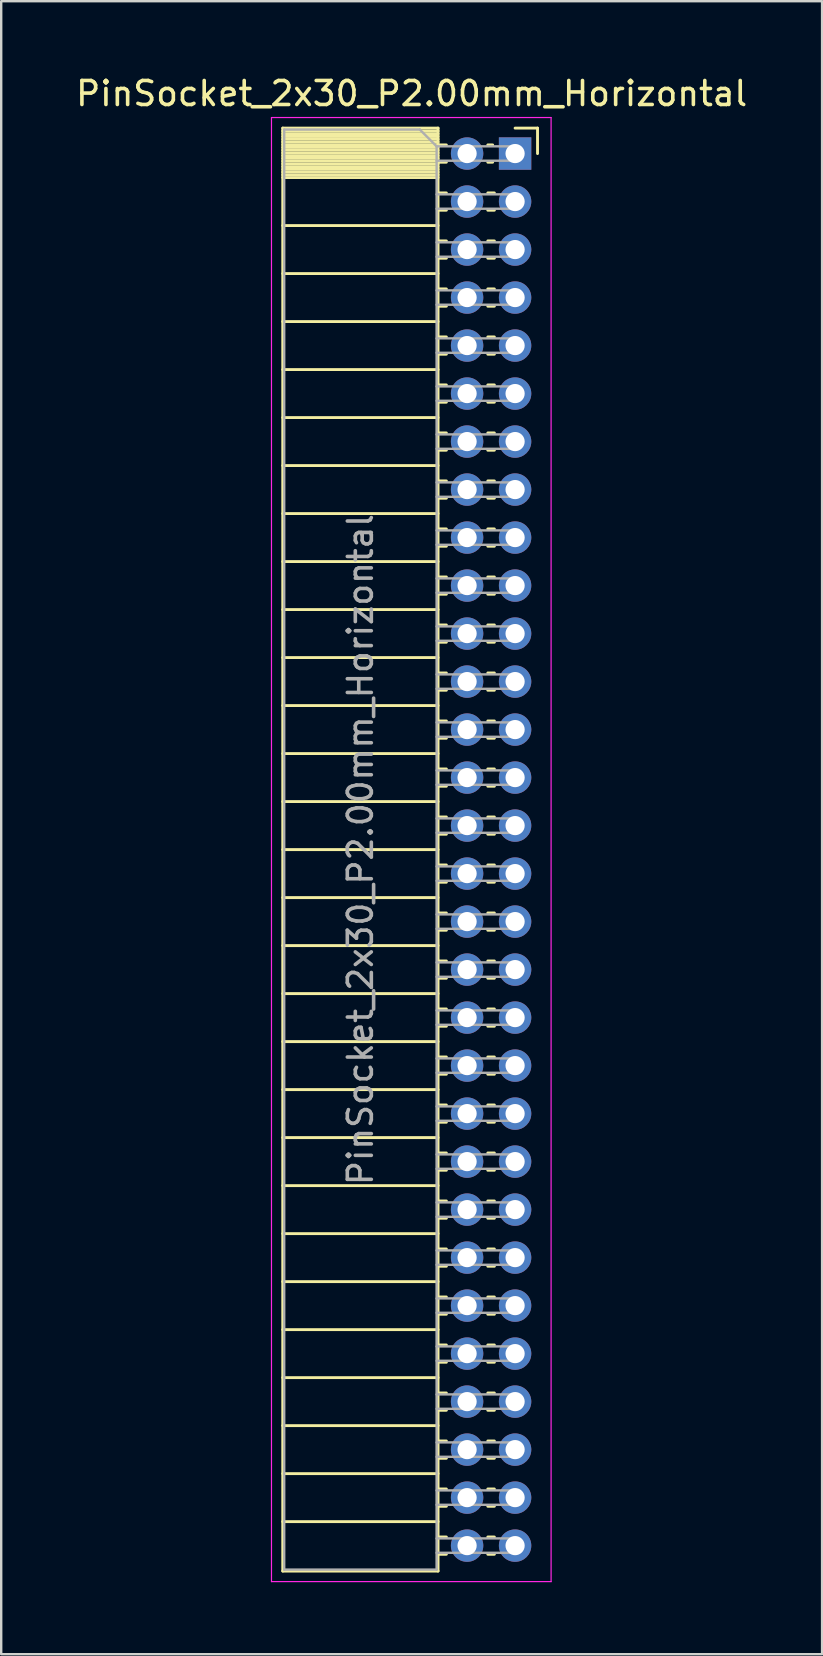
<source format=kicad_pcb>
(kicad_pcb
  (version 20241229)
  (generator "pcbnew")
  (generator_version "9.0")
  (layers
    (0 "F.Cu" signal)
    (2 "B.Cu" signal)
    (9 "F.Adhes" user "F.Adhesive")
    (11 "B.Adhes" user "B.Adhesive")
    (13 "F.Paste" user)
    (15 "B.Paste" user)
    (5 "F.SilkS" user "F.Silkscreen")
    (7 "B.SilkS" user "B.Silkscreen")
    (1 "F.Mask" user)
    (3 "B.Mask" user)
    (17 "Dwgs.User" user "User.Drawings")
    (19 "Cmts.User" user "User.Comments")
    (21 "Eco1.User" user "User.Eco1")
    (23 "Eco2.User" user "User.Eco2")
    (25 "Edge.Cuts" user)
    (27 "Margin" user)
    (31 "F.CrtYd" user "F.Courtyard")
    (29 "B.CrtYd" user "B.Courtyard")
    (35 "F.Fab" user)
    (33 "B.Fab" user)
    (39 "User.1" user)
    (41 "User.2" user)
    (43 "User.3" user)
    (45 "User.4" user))
  (footprint "PinSocket_2x30_P2.00mm_Horizontal"
    (layer "F.Cu")
    (at 18.411 3.348)
    (property "Reference" "PinSocket_2x30_P2.00mm_Horizontal" (at -4.31 -2.5 0) (layer "F.SilkS") (effects (font (size 1 1) (thickness 0.15))))
    (attr through_hole)
    (fp_line (start -9.68 -1.06) (end -9.68 59.06) (stroke (width 0.12) (type solid)) (layer "F.SilkS"))
    (fp_line (start -9.68 -1.06) (end -3.21 -1.06) (stroke (width 0.12) (type solid)) (layer "F.SilkS"))
    (fp_line (start -9.68 -0.94) (end -3.21 -0.94) (stroke (width 0.12) (type solid)) (layer "F.SilkS"))
    (fp_line (start -9.68 -0.826) (end -3.21 -0.826) (stroke (width 0.12) (type solid)) (layer "F.SilkS"))
    (fp_line (start -9.68 -0.712) (end -3.21 -0.712) (stroke (width 0.12) (type solid)) (layer "F.SilkS"))
    (fp_line (start -9.68 -0.598) (end -3.21 -0.598) (stroke (width 0.12) (type solid)) (layer "F.SilkS"))
    (fp_line (start -9.68 -0.484) (end -3.21 -0.484) (stroke (width 0.12) (type solid)) (layer "F.SilkS"))
    (fp_line (start -9.68 -0.369) (end -3.21 -0.369) (stroke (width 0.12) (type solid)) (layer "F.SilkS"))
    (fp_line (start -9.68 -0.255) (end -3.21 -0.255) (stroke (width 0.12) (type solid)) (layer "F.SilkS"))
    (fp_line (start -9.68 -0.141) (end -3.21 -0.141) (stroke (width 0.12) (type solid)) (layer "F.SilkS"))
    (fp_line (start -9.68 -0.027) (end -3.21 -0.027) (stroke (width 0.12) (type solid)) (layer "F.SilkS"))
    (fp_line (start -9.68 0.087) (end -3.21 0.087) (stroke (width 0.12) (type solid)) (layer "F.SilkS"))
    (fp_line (start -9.68 0.201) (end -3.21 0.201) (stroke (width 0.12) (type solid)) (layer "F.SilkS"))
    (fp_line (start -9.68 0.315) (end -3.21 0.315) (stroke (width 0.12) (type solid)) (layer "F.SilkS"))
    (fp_line (start -9.68 0.429) (end -3.21 0.429) (stroke (width 0.12) (type solid)) (layer "F.SilkS"))
    (fp_line (start -9.68 0.544) (end -3.21 0.544) (stroke (width 0.12) (type solid)) (layer "F.SilkS"))
    (fp_line (start -9.68 0.658) (end -3.21 0.658) (stroke (width 0.12) (type solid)) (layer "F.SilkS"))
    (fp_line (start -9.68 0.772) (end -3.21 0.772) (stroke (width 0.12) (type solid)) (layer "F.SilkS"))
    (fp_line (start -9.68 0.886) (end -3.21 0.886) (stroke (width 0.12) (type solid)) (layer "F.SilkS"))
    (fp_line (start -9.68 1) (end -3.21 1) (stroke (width 0.12) (type solid)) (layer "F.SilkS"))
    (fp_line (start -9.68 3) (end -3.21 3) (stroke (width 0.12) (type solid)) (layer "F.SilkS"))
    (fp_line (start -9.68 5) (end -3.21 5) (stroke (width 0.12) (type solid)) (layer "F.SilkS"))
    (fp_line (start -9.68 7) (end -3.21 7) (stroke (width 0.12) (type solid)) (layer "F.SilkS"))
    (fp_line (start -9.68 9) (end -3.21 9) (stroke (width 0.12) (type solid)) (layer "F.SilkS"))
    (fp_line (start -9.68 11) (end -3.21 11) (stroke (width 0.12) (type solid)) (layer "F.SilkS"))
    (fp_line (start -9.68 13) (end -3.21 13) (stroke (width 0.12) (type solid)) (layer "F.SilkS"))
    (fp_line (start -9.68 15) (end -3.21 15) (stroke (width 0.12) (type solid)) (layer "F.SilkS"))
    (fp_line (start -9.68 17) (end -3.21 17) (stroke (width 0.12) (type solid)) (layer "F.SilkS"))
    (fp_line (start -9.68 19) (end -3.21 19) (stroke (width 0.12) (type solid)) (layer "F.SilkS"))
    (fp_line (start -9.68 21) (end -3.21 21) (stroke (width 0.12) (type solid)) (layer "F.SilkS"))
    (fp_line (start -9.68 23) (end -3.21 23) (stroke (width 0.12) (type solid)) (layer "F.SilkS"))
    (fp_line (start -9.68 25) (end -3.21 25) (stroke (width 0.12) (type solid)) (layer "F.SilkS"))
    (fp_line (start -9.68 27) (end -3.21 27) (stroke (width 0.12) (type solid)) (layer "F.SilkS"))
    (fp_line (start -9.68 29) (end -3.21 29) (stroke (width 0.12) (type solid)) (layer "F.SilkS"))
    (fp_line (start -9.68 31) (end -3.21 31) (stroke (width 0.12) (type solid)) (layer "F.SilkS"))
    (fp_line (start -9.68 33) (end -3.21 33) (stroke (width 0.12) (type solid)) (layer "F.SilkS"))
    (fp_line (start -9.68 35) (end -3.21 35) (stroke (width 0.12) (type solid)) (layer "F.SilkS"))
    (fp_line (start -9.68 37) (end -3.21 37) (stroke (width 0.12) (type solid)) (layer "F.SilkS"))
    (fp_line (start -9.68 39) (end -3.21 39) (stroke (width 0.12) (type solid)) (layer "F.SilkS"))
    (fp_line (start -9.68 41) (end -3.21 41) (stroke (width 0.12) (type solid)) (layer "F.SilkS"))
    (fp_line (start -9.68 43) (end -3.21 43) (stroke (width 0.12) (type solid)) (layer "F.SilkS"))
    (fp_line (start -9.68 45) (end -3.21 45) (stroke (width 0.12) (type solid)) (layer "F.SilkS"))
    (fp_line (start -9.68 47) (end -3.21 47) (stroke (width 0.12) (type solid)) (layer "F.SilkS"))
    (fp_line (start -9.68 49) (end -3.21 49) (stroke (width 0.12) (type solid)) (layer "F.SilkS"))
    (fp_line (start -9.68 51) (end -3.21 51) (stroke (width 0.12) (type solid)) (layer "F.SilkS"))
    (fp_line (start -9.68 53) (end -3.21 53) (stroke (width 0.12) (type solid)) (layer "F.SilkS"))
    (fp_line (start -9.68 55) (end -3.21 55) (stroke (width 0.12) (type solid)) (layer "F.SilkS"))
    (fp_line (start -9.68 57) (end -3.21 57) (stroke (width 0.12) (type solid)) (layer "F.SilkS"))
    (fp_line (start -9.68 59.06) (end -3.21 59.06) (stroke (width 0.12) (type solid)) (layer "F.SilkS"))
    (fp_line (start -3.21 -1.06) (end -3.21 59.06) (stroke (width 0.12) (type solid)) (layer "F.SilkS"))
    (fp_line (start -3.21 -0.36) (end -2.863 -0.36) (stroke (width 0.12) (type solid)) (layer "F.SilkS"))
    (fp_line (start -3.21 0.36) (end -2.863 0.36) (stroke (width 0.12) (type solid)) (layer "F.SilkS"))
    (fp_line (start -3.21 1.64) (end -2.863 1.64) (stroke (width 0.12) (type solid)) (layer "F.SilkS"))
    (fp_line (start -3.21 2.36) (end -2.863 2.36) (stroke (width 0.12) (type solid)) (layer "F.SilkS"))
    (fp_line (start -3.21 3.64) (end -2.863 3.64) (stroke (width 0.12) (type solid)) (layer "F.SilkS"))
    (fp_line (start -3.21 4.36) (end -2.863 4.36) (stroke (width 0.12) (type solid)) (layer "F.SilkS"))
    (fp_line (start -3.21 5.64) (end -2.863 5.64) (stroke (width 0.12) (type solid)) (layer "F.SilkS"))
    (fp_line (start -3.21 6.36) (end -2.863 6.36) (stroke (width 0.12) (type solid)) (layer "F.SilkS"))
    (fp_line (start -3.21 7.64) (end -2.863 7.64) (stroke (width 0.12) (type solid)) (layer "F.SilkS"))
    (fp_line (start -3.21 8.36) (end -2.863 8.36) (stroke (width 0.12) (type solid)) (layer "F.SilkS"))
    (fp_line (start -3.21 9.64) (end -2.863 9.64) (stroke (width 0.12) (type solid)) (layer "F.SilkS"))
    (fp_line (start -3.21 10.36) (end -2.863 10.36) (stroke (width 0.12) (type solid)) (layer "F.SilkS"))
    (fp_line (start -3.21 11.64) (end -2.863 11.64) (stroke (width 0.12) (type solid)) (layer "F.SilkS"))
    (fp_line (start -3.21 12.36) (end -2.863 12.36) (stroke (width 0.12) (type solid)) (layer "F.SilkS"))
    (fp_line (start -3.21 13.64) (end -2.863 13.64) (stroke (width 0.12) (type solid)) (layer "F.SilkS"))
    (fp_line (start -3.21 14.36) (end -2.863 14.36) (stroke (width 0.12) (type solid)) (layer "F.SilkS"))
    (fp_line (start -3.21 15.64) (end -2.863 15.64) (stroke (width 0.12) (type solid)) (layer "F.SilkS"))
    (fp_line (start -3.21 16.36) (end -2.863 16.36) (stroke (width 0.12) (type solid)) (layer "F.SilkS"))
    (fp_line (start -3.21 17.64) (end -2.863 17.64) (stroke (width 0.12) (type solid)) (layer "F.SilkS"))
    (fp_line (start -3.21 18.36) (end -2.863 18.36) (stroke (width 0.12) (type solid)) (layer "F.SilkS"))
    (fp_line (start -3.21 19.64) (end -2.863 19.64) (stroke (width 0.12) (type solid)) (layer "F.SilkS"))
    (fp_line (start -3.21 20.36) (end -2.863 20.36) (stroke (width 0.12) (type solid)) (layer "F.SilkS"))
    (fp_line (start -3.21 21.64) (end -2.863 21.64) (stroke (width 0.12) (type solid)) (layer "F.SilkS"))
    (fp_line (start -3.21 22.36) (end -2.863 22.36) (stroke (width 0.12) (type solid)) (layer "F.SilkS"))
    (fp_line (start -3.21 23.64) (end -2.863 23.64) (stroke (width 0.12) (type solid)) (layer "F.SilkS"))
    (fp_line (start -3.21 24.36) (end -2.863 24.36) (stroke (width 0.12) (type solid)) (layer "F.SilkS"))
    (fp_line (start -3.21 25.64) (end -2.863 25.64) (stroke (width 0.12) (type solid)) (layer "F.SilkS"))
    (fp_line (start -3.21 26.36) (end -2.863 26.36) (stroke (width 0.12) (type solid)) (layer "F.SilkS"))
    (fp_line (start -3.21 27.64) (end -2.863 27.64) (stroke (width 0.12) (type solid)) (layer "F.SilkS"))
    (fp_line (start -3.21 28.36) (end -2.863 28.36) (stroke (width 0.12) (type solid)) (layer "F.SilkS"))
    (fp_line (start -3.21 29.64) (end -2.863 29.64) (stroke (width 0.12) (type solid)) (layer "F.SilkS"))
    (fp_line (start -3.21 30.36) (end -2.863 30.36) (stroke (width 0.12) (type solid)) (layer "F.SilkS"))
    (fp_line (start -3.21 31.64) (end -2.863 31.64) (stroke (width 0.12) (type solid)) (layer "F.SilkS"))
    (fp_line (start -3.21 32.36) (end -2.863 32.36) (stroke (width 0.12) (type solid)) (layer "F.SilkS"))
    (fp_line (start -3.21 33.64) (end -2.863 33.64) (stroke (width 0.12) (type solid)) (layer "F.SilkS"))
    (fp_line (start -3.21 34.36) (end -2.863 34.36) (stroke (width 0.12) (type solid)) (layer "F.SilkS"))
    (fp_line (start -3.21 35.64) (end -2.863 35.64) (stroke (width 0.12) (type solid)) (layer "F.SilkS"))
    (fp_line (start -3.21 36.36) (end -2.863 36.36) (stroke (width 0.12) (type solid)) (layer "F.SilkS"))
    (fp_line (start -3.21 37.64) (end -2.863 37.64) (stroke (width 0.12) (type solid)) (layer "F.SilkS"))
    (fp_line (start -3.21 38.36) (end -2.863 38.36) (stroke (width 0.12) (type solid)) (layer "F.SilkS"))
    (fp_line (start -3.21 39.64) (end -2.863 39.64) (stroke (width 0.12) (type solid)) (layer "F.SilkS"))
    (fp_line (start -3.21 40.36) (end -2.863 40.36) (stroke (width 0.12) (type solid)) (layer "F.SilkS"))
    (fp_line (start -3.21 41.64) (end -2.863 41.64) (stroke (width 0.12) (type solid)) (layer "F.SilkS"))
    (fp_line (start -3.21 42.36) (end -2.863 42.36) (stroke (width 0.12) (type solid)) (layer "F.SilkS"))
    (fp_line (start -3.21 43.64) (end -2.863 43.64) (stroke (width 0.12) (type solid)) (layer "F.SilkS"))
    (fp_line (start -3.21 44.36) (end -2.863 44.36) (stroke (width 0.12) (type solid)) (layer "F.SilkS"))
    (fp_line (start -3.21 45.64) (end -2.863 45.64) (stroke (width 0.12) (type solid)) (layer "F.SilkS"))
    (fp_line (start -3.21 46.36) (end -2.863 46.36) (stroke (width 0.12) (type solid)) (layer "F.SilkS"))
    (fp_line (start -3.21 47.64) (end -2.863 47.64) (stroke (width 0.12) (type solid)) (layer "F.SilkS"))
    (fp_line (start -3.21 48.36) (end -2.863 48.36) (stroke (width 0.12) (type solid)) (layer "F.SilkS"))
    (fp_line (start -3.21 49.64) (end -2.863 49.64) (stroke (width 0.12) (type solid)) (layer "F.SilkS"))
    (fp_line (start -3.21 50.36) (end -2.863 50.36) (stroke (width 0.12) (type solid)) (layer "F.SilkS"))
    (fp_line (start -3.21 51.64) (end -2.863 51.64) (stroke (width 0.12) (type solid)) (layer "F.SilkS"))
    (fp_line (start -3.21 52.36) (end -2.863 52.36) (stroke (width 0.12) (type solid)) (layer "F.SilkS"))
    (fp_line (start -3.21 53.64) (end -2.863 53.64) (stroke (width 0.12) (type solid)) (layer "F.SilkS"))
    (fp_line (start -3.21 54.36) (end -2.863 54.36) (stroke (width 0.12) (type solid)) (layer "F.SilkS"))
    (fp_line (start -3.21 55.64) (end -2.863 55.64) (stroke (width 0.12) (type solid)) (layer "F.SilkS"))
    (fp_line (start -3.21 56.36) (end -2.863 56.36) (stroke (width 0.12) (type solid)) (layer "F.SilkS"))
    (fp_line (start -3.21 57.64) (end -2.863 57.64) (stroke (width 0.12) (type solid)) (layer "F.SilkS"))
    (fp_line (start -3.21 58.36) (end -2.863 58.36) (stroke (width 0.12) (type solid)) (layer "F.SilkS"))
    (fp_line (start -1.137 -0.36) (end -0.935 -0.36) (stroke (width 0.12) (type solid)) (layer "F.SilkS"))
    (fp_line (start -1.137 0.36) (end -0.935 0.36) (stroke (width 0.12) (type solid)) (layer "F.SilkS"))
    (fp_line (start -1.137 1.64) (end -0.863 1.64) (stroke (width 0.12) (type solid)) (layer "F.SilkS"))
    (fp_line (start -1.137 2.36) (end -0.863 2.36) (stroke (width 0.12) (type solid)) (layer "F.SilkS"))
    (fp_line (start -1.137 3.64) (end -0.863 3.64) (stroke (width 0.12) (type solid)) (layer "F.SilkS"))
    (fp_line (start -1.137 4.36) (end -0.863 4.36) (stroke (width 0.12) (type solid)) (layer "F.SilkS"))
    (fp_line (start -1.137 5.64) (end -0.863 5.64) (stroke (width 0.12) (type solid)) (layer "F.SilkS"))
    (fp_line (start -1.137 6.36) (end -0.863 6.36) (stroke (width 0.12) (type solid)) (layer "F.SilkS"))
    (fp_line (start -1.137 7.64) (end -0.863 7.64) (stroke (width 0.12) (type solid)) (layer "F.SilkS"))
    (fp_line (start -1.137 8.36) (end -0.863 8.36) (stroke (width 0.12) (type solid)) (layer "F.SilkS"))
    (fp_line (start -1.137 9.64) (end -0.863 9.64) (stroke (width 0.12) (type solid)) (layer "F.SilkS"))
    (fp_line (start -1.137 10.36) (end -0.863 10.36) (stroke (width 0.12) (type solid)) (layer "F.SilkS"))
    (fp_line (start -1.137 11.64) (end -0.863 11.64) (stroke (width 0.12) (type solid)) (layer "F.SilkS"))
    (fp_line (start -1.137 12.36) (end -0.863 12.36) (stroke (width 0.12) (type solid)) (layer "F.SilkS"))
    (fp_line (start -1.137 13.64) (end -0.863 13.64) (stroke (width 0.12) (type solid)) (layer "F.SilkS"))
    (fp_line (start -1.137 14.36) (end -0.863 14.36) (stroke (width 0.12) (type solid)) (layer "F.SilkS"))
    (fp_line (start -1.137 15.64) (end -0.863 15.64) (stroke (width 0.12) (type solid)) (layer "F.SilkS"))
    (fp_line (start -1.137 16.36) (end -0.863 16.36) (stroke (width 0.12) (type solid)) (layer "F.SilkS"))
    (fp_line (start -1.137 17.64) (end -0.863 17.64) (stroke (width 0.12) (type solid)) (layer "F.SilkS"))
    (fp_line (start -1.137 18.36) (end -0.863 18.36) (stroke (width 0.12) (type solid)) (layer "F.SilkS"))
    (fp_line (start -1.137 19.64) (end -0.863 19.64) (stroke (width 0.12) (type solid)) (layer "F.SilkS"))
    (fp_line (start -1.137 20.36) (end -0.863 20.36) (stroke (width 0.12) (type solid)) (layer "F.SilkS"))
    (fp_line (start -1.137 21.64) (end -0.863 21.64) (stroke (width 0.12) (type solid)) (layer "F.SilkS"))
    (fp_line (start -1.137 22.36) (end -0.863 22.36) (stroke (width 0.12) (type solid)) (layer "F.SilkS"))
    (fp_line (start -1.137 23.64) (end -0.863 23.64) (stroke (width 0.12) (type solid)) (layer "F.SilkS"))
    (fp_line (start -1.137 24.36) (end -0.863 24.36) (stroke (width 0.12) (type solid)) (layer "F.SilkS"))
    (fp_line (start -1.137 25.64) (end -0.863 25.64) (stroke (width 0.12) (type solid)) (layer "F.SilkS"))
    (fp_line (start -1.137 26.36) (end -0.863 26.36) (stroke (width 0.12) (type solid)) (layer "F.SilkS"))
    (fp_line (start -1.137 27.64) (end -0.863 27.64) (stroke (width 0.12) (type solid)) (layer "F.SilkS"))
    (fp_line (start -1.137 28.36) (end -0.863 28.36) (stroke (width 0.12) (type solid)) (layer "F.SilkS"))
    (fp_line (start -1.137 29.64) (end -0.863 29.64) (stroke (width 0.12) (type solid)) (layer "F.SilkS"))
    (fp_line (start -1.137 30.36) (end -0.863 30.36) (stroke (width 0.12) (type solid)) (layer "F.SilkS"))
    (fp_line (start -1.137 31.64) (end -0.863 31.64) (stroke (width 0.12) (type solid)) (layer "F.SilkS"))
    (fp_line (start -1.137 32.36) (end -0.863 32.36) (stroke (width 0.12) (type solid)) (layer "F.SilkS"))
    (fp_line (start -1.137 33.64) (end -0.863 33.64) (stroke (width 0.12) (type solid)) (layer "F.SilkS"))
    (fp_line (start -1.137 34.36) (end -0.863 34.36) (stroke (width 0.12) (type solid)) (layer "F.SilkS"))
    (fp_line (start -1.137 35.64) (end -0.863 35.64) (stroke (width 0.12) (type solid)) (layer "F.SilkS"))
    (fp_line (start -1.137 36.36) (end -0.863 36.36) (stroke (width 0.12) (type solid)) (layer "F.SilkS"))
    (fp_line (start -1.137 37.64) (end -0.863 37.64) (stroke (width 0.12) (type solid)) (layer "F.SilkS"))
    (fp_line (start -1.137 38.36) (end -0.863 38.36) (stroke (width 0.12) (type solid)) (layer "F.SilkS"))
    (fp_line (start -1.137 39.64) (end -0.863 39.64) (stroke (width 0.12) (type solid)) (layer "F.SilkS"))
    (fp_line (start -1.137 40.36) (end -0.863 40.36) (stroke (width 0.12) (type solid)) (layer "F.SilkS"))
    (fp_line (start -1.137 41.64) (end -0.863 41.64) (stroke (width 0.12) (type solid)) (layer "F.SilkS"))
    (fp_line (start -1.137 42.36) (end -0.863 42.36) (stroke (width 0.12) (type solid)) (layer "F.SilkS"))
    (fp_line (start -1.137 43.64) (end -0.863 43.64) (stroke (width 0.12) (type solid)) (layer "F.SilkS"))
    (fp_line (start -1.137 44.36) (end -0.863 44.36) (stroke (width 0.12) (type solid)) (layer "F.SilkS"))
    (fp_line (start -1.137 45.64) (end -0.863 45.64) (stroke (width 0.12) (type solid)) (layer "F.SilkS"))
    (fp_line (start -1.137 46.36) (end -0.863 46.36) (stroke (width 0.12) (type solid)) (layer "F.SilkS"))
    (fp_line (start -1.137 47.64) (end -0.863 47.64) (stroke (width 0.12) (type solid)) (layer "F.SilkS"))
    (fp_line (start -1.137 48.36) (end -0.863 48.36) (stroke (width 0.12) (type solid)) (layer "F.SilkS"))
    (fp_line (start -1.137 49.64) (end -0.863 49.64) (stroke (width 0.12) (type solid)) (layer "F.SilkS"))
    (fp_line (start -1.137 50.36) (end -0.863 50.36) (stroke (width 0.12) (type solid)) (layer "F.SilkS"))
    (fp_line (start -1.137 51.64) (end -0.863 51.64) (stroke (width 0.12) (type solid)) (layer "F.SilkS"))
    (fp_line (start -1.137 52.36) (end -0.863 52.36) (stroke (width 0.12) (type solid)) (layer "F.SilkS"))
    (fp_line (start -1.137 53.64) (end -0.863 53.64) (stroke (width 0.12) (type solid)) (layer "F.SilkS"))
    (fp_line (start -1.137 54.36) (end -0.863 54.36) (stroke (width 0.12) (type solid)) (layer "F.SilkS"))
    (fp_line (start -1.137 55.64) (end -0.863 55.64) (stroke (width 0.12) (type solid)) (layer "F.SilkS"))
    (fp_line (start -1.137 56.36) (end -0.863 56.36) (stroke (width 0.12) (type solid)) (layer "F.SilkS"))
    (fp_line (start -1.137 57.64) (end -0.863 57.64) (stroke (width 0.12) (type solid)) (layer "F.SilkS"))
    (fp_line (start -1.137 58.36) (end -0.863 58.36) (stroke (width 0.12) (type solid)) (layer "F.SilkS"))
    (fp_line (start 0 -1.06) (end 0.935 -1.06) (stroke (width 0.12) (type solid)) (layer "F.SilkS"))
    (fp_line (start 0.935 -1.06) (end 0.935 0) (stroke (width 0.12) (type solid)) (layer "F.SilkS"))
    (fp_line (start -10.15 -1.5) (end -10.15 59.5) (stroke (width 0.05) (type solid)) (layer "F.CrtYd"))
    (fp_line (start -10.15 59.5) (end 1.5 59.5) (stroke (width 0.05) (type solid)) (layer "F.CrtYd"))
    (fp_line (start 1.5 -1.5) (end -10.15 -1.5) (stroke (width 0.05) (type solid)) (layer "F.CrtYd"))
    (fp_line (start 1.5 59.5) (end 1.5 -1.5) (stroke (width 0.05) (type solid)) (layer "F.CrtYd"))
    (fp_line (start -9.62 -1) (end -3.97 -1) (stroke (width 0.1) (type solid)) (layer "F.Fab"))
    (fp_line (start -9.62 59) (end -9.62 -1) (stroke (width 0.1) (type solid)) (layer "F.Fab"))
    (fp_line (start -3.97 -1) (end -3.27 -0.3) (stroke (width 0.1) (type solid)) (layer "F.Fab"))
    (fp_line (start -3.27 -0.3) (end -3.27 59) (stroke (width 0.1) (type solid)) (layer "F.Fab"))
    (fp_line (start -3.27 0.3) (end 0 0.3) (stroke (width 0.1) (type solid)) (layer "F.Fab"))
    (fp_line (start -3.27 2.3) (end 0 2.3) (stroke (width 0.1) (type solid)) (layer "F.Fab"))
    (fp_line (start -3.27 4.3) (end 0 4.3) (stroke (width 0.1) (type solid)) (layer "F.Fab"))
    (fp_line (start -3.27 6.3) (end 0 6.3) (stroke (width 0.1) (type solid)) (layer "F.Fab"))
    (fp_line (start -3.27 8.3) (end 0 8.3) (stroke (width 0.1) (type solid)) (layer "F.Fab"))
    (fp_line (start -3.27 10.3) (end 0 10.3) (stroke (width 0.1) (type solid)) (layer "F.Fab"))
    (fp_line (start -3.27 12.3) (end 0 12.3) (stroke (width 0.1) (type solid)) (layer "F.Fab"))
    (fp_line (start -3.27 14.3) (end 0 14.3) (stroke (width 0.1) (type solid)) (layer "F.Fab"))
    (fp_line (start -3.27 16.3) (end 0 16.3) (stroke (width 0.1) (type solid)) (layer "F.Fab"))
    (fp_line (start -3.27 18.3) (end 0 18.3) (stroke (width 0.1) (type solid)) (layer "F.Fab"))
    (fp_line (start -3.27 20.3) (end 0 20.3) (stroke (width 0.1) (type solid)) (layer "F.Fab"))
    (fp_line (start -3.27 22.3) (end 0 22.3) (stroke (width 0.1) (type solid)) (layer "F.Fab"))
    (fp_line (start -3.27 24.3) (end 0 24.3) (stroke (width 0.1) (type solid)) (layer "F.Fab"))
    (fp_line (start -3.27 26.3) (end 0 26.3) (stroke (width 0.1) (type solid)) (layer "F.Fab"))
    (fp_line (start -3.27 28.3) (end 0 28.3) (stroke (width 0.1) (type solid)) (layer "F.Fab"))
    (fp_line (start -3.27 30.3) (end 0 30.3) (stroke (width 0.1) (type solid)) (layer "F.Fab"))
    (fp_line (start -3.27 32.3) (end 0 32.3) (stroke (width 0.1) (type solid)) (layer "F.Fab"))
    (fp_line (start -3.27 34.3) (end 0 34.3) (stroke (width 0.1) (type solid)) (layer "F.Fab"))
    (fp_line (start -3.27 36.3) (end 0 36.3) (stroke (width 0.1) (type solid)) (layer "F.Fab"))
    (fp_line (start -3.27 38.3) (end 0 38.3) (stroke (width 0.1) (type solid)) (layer "F.Fab"))
    (fp_line (start -3.27 40.3) (end 0 40.3) (stroke (width 0.1) (type solid)) (layer "F.Fab"))
    (fp_line (start -3.27 42.3) (end 0 42.3) (stroke (width 0.1) (type solid)) (layer "F.Fab"))
    (fp_line (start -3.27 44.3) (end 0 44.3) (stroke (width 0.1) (type solid)) (layer "F.Fab"))
    (fp_line (start -3.27 46.3) (end 0 46.3) (stroke (width 0.1) (type solid)) (layer "F.Fab"))
    (fp_line (start -3.27 48.3) (end 0 48.3) (stroke (width 0.1) (type solid)) (layer "F.Fab"))
    (fp_line (start -3.27 50.3) (end 0 50.3) (stroke (width 0.1) (type solid)) (layer "F.Fab"))
    (fp_line (start -3.27 52.3) (end 0 52.3) (stroke (width 0.1) (type solid)) (layer "F.Fab"))
    (fp_line (start -3.27 54.3) (end 0 54.3) (stroke (width 0.1) (type solid)) (layer "F.Fab"))
    (fp_line (start -3.27 56.3) (end 0 56.3) (stroke (width 0.1) (type solid)) (layer "F.Fab"))
    (fp_line (start -3.27 58.3) (end 0 58.3) (stroke (width 0.1) (type solid)) (layer "F.Fab"))
    (fp_line (start -3.27 59) (end -9.62 59) (stroke (width 0.1) (type solid)) (layer "F.Fab"))
    (fp_line (start 0 -0.3) (end -3.27 -0.3) (stroke (width 0.1) (type solid)) (layer "F.Fab"))
    (fp_line (start 0 0.3) (end 0 -0.3) (stroke (width 0.1) (type solid)) (layer "F.Fab"))
    (fp_line (start 0 1.7) (end -3.27 1.7) (stroke (width 0.1) (type solid)) (layer "F.Fab"))
    (fp_line (start 0 2.3) (end 0 1.7) (stroke (width 0.1) (type solid)) (layer "F.Fab"))
    (fp_line (start 0 3.7) (end -3.27 3.7) (stroke (width 0.1) (type solid)) (layer "F.Fab"))
    (fp_line (start 0 4.3) (end 0 3.7) (stroke (width 0.1) (type solid)) (layer "F.Fab"))
    (fp_line (start 0 5.7) (end -3.27 5.7) (stroke (width 0.1) (type solid)) (layer "F.Fab"))
    (fp_line (start 0 6.3) (end 0 5.7) (stroke (width 0.1) (type solid)) (layer "F.Fab"))
    (fp_line (start 0 7.7) (end -3.27 7.7) (stroke (width 0.1) (type solid)) (layer "F.Fab"))
    (fp_line (start 0 8.3) (end 0 7.7) (stroke (width 0.1) (type solid)) (layer "F.Fab"))
    (fp_line (start 0 9.7) (end -3.27 9.7) (stroke (width 0.1) (type solid)) (layer "F.Fab"))
    (fp_line (start 0 10.3) (end 0 9.7) (stroke (width 0.1) (type solid)) (layer "F.Fab"))
    (fp_line (start 0 11.7) (end -3.27 11.7) (stroke (width 0.1) (type solid)) (layer "F.Fab"))
    (fp_line (start 0 12.3) (end 0 11.7) (stroke (width 0.1) (type solid)) (layer "F.Fab"))
    (fp_line (start 0 13.7) (end -3.27 13.7) (stroke (width 0.1) (type solid)) (layer "F.Fab"))
    (fp_line (start 0 14.3) (end 0 13.7) (stroke (width 0.1) (type solid)) (layer "F.Fab"))
    (fp_line (start 0 15.7) (end -3.27 15.7) (stroke (width 0.1) (type solid)) (layer "F.Fab"))
    (fp_line (start 0 16.3) (end 0 15.7) (stroke (width 0.1) (type solid)) (layer "F.Fab"))
    (fp_line (start 0 17.7) (end -3.27 17.7) (stroke (width 0.1) (type solid)) (layer "F.Fab"))
    (fp_line (start 0 18.3) (end 0 17.7) (stroke (width 0.1) (type solid)) (layer "F.Fab"))
    (fp_line (start 0 19.7) (end -3.27 19.7) (stroke (width 0.1) (type solid)) (layer "F.Fab"))
    (fp_line (start 0 20.3) (end 0 19.7) (stroke (width 0.1) (type solid)) (layer "F.Fab"))
    (fp_line (start 0 21.7) (end -3.27 21.7) (stroke (width 0.1) (type solid)) (layer "F.Fab"))
    (fp_line (start 0 22.3) (end 0 21.7) (stroke (width 0.1) (type solid)) (layer "F.Fab"))
    (fp_line (start 0 23.7) (end -3.27 23.7) (stroke (width 0.1) (type solid)) (layer "F.Fab"))
    (fp_line (start 0 24.3) (end 0 23.7) (stroke (width 0.1) (type solid)) (layer "F.Fab"))
    (fp_line (start 0 25.7) (end -3.27 25.7) (stroke (width 0.1) (type solid)) (layer "F.Fab"))
    (fp_line (start 0 26.3) (end 0 25.7) (stroke (width 0.1) (type solid)) (layer "F.Fab"))
    (fp_line (start 0 27.7) (end -3.27 27.7) (stroke (width 0.1) (type solid)) (layer "F.Fab"))
    (fp_line (start 0 28.3) (end 0 27.7) (stroke (width 0.1) (type solid)) (layer "F.Fab"))
    (fp_line (start 0 29.7) (end -3.27 29.7) (stroke (width 0.1) (type solid)) (layer "F.Fab"))
    (fp_line (start 0 30.3) (end 0 29.7) (stroke (width 0.1) (type solid)) (layer "F.Fab"))
    (fp_line (start 0 31.7) (end -3.27 31.7) (stroke (width 0.1) (type solid)) (layer "F.Fab"))
    (fp_line (start 0 32.3) (end 0 31.7) (stroke (width 0.1) (type solid)) (layer "F.Fab"))
    (fp_line (start 0 33.7) (end -3.27 33.7) (stroke (width 0.1) (type solid)) (layer "F.Fab"))
    (fp_line (start 0 34.3) (end 0 33.7) (stroke (width 0.1) (type solid)) (layer "F.Fab"))
    (fp_line (start 0 35.7) (end -3.27 35.7) (stroke (width 0.1) (type solid)) (layer "F.Fab"))
    (fp_line (start 0 36.3) (end 0 35.7) (stroke (width 0.1) (type solid)) (layer "F.Fab"))
    (fp_line (start 0 37.7) (end -3.27 37.7) (stroke (width 0.1) (type solid)) (layer "F.Fab"))
    (fp_line (start 0 38.3) (end 0 37.7) (stroke (width 0.1) (type solid)) (layer "F.Fab"))
    (fp_line (start 0 39.7) (end -3.27 39.7) (stroke (width 0.1) (type solid)) (layer "F.Fab"))
    (fp_line (start 0 40.3) (end 0 39.7) (stroke (width 0.1) (type solid)) (layer "F.Fab"))
    (fp_line (start 0 41.7) (end -3.27 41.7) (stroke (width 0.1) (type solid)) (layer "F.Fab"))
    (fp_line (start 0 42.3) (end 0 41.7) (stroke (width 0.1) (type solid)) (layer "F.Fab"))
    (fp_line (start 0 43.7) (end -3.27 43.7) (stroke (width 0.1) (type solid)) (layer "F.Fab"))
    (fp_line (start 0 44.3) (end 0 43.7) (stroke (width 0.1) (type solid)) (layer "F.Fab"))
    (fp_line (start 0 45.7) (end -3.27 45.7) (stroke (width 0.1) (type solid)) (layer "F.Fab"))
    (fp_line (start 0 46.3) (end 0 45.7) (stroke (width 0.1) (type solid)) (layer "F.Fab"))
    (fp_line (start 0 47.7) (end -3.27 47.7) (stroke (width 0.1) (type solid)) (layer "F.Fab"))
    (fp_line (start 0 48.3) (end 0 47.7) (stroke (width 0.1) (type solid)) (layer "F.Fab"))
    (fp_line (start 0 49.7) (end -3.27 49.7) (stroke (width 0.1) (type solid)) (layer "F.Fab"))
    (fp_line (start 0 50.3) (end 0 49.7) (stroke (width 0.1) (type solid)) (layer "F.Fab"))
    (fp_line (start 0 51.7) (end -3.27 51.7) (stroke (width 0.1) (type solid)) (layer "F.Fab"))
    (fp_line (start 0 52.3) (end 0 51.7) (stroke (width 0.1) (type solid)) (layer "F.Fab"))
    (fp_line (start 0 53.7) (end -3.27 53.7) (stroke (width 0.1) (type solid)) (layer "F.Fab"))
    (fp_line (start 0 54.3) (end 0 53.7) (stroke (width 0.1) (type solid)) (layer "F.Fab"))
    (fp_line (start 0 55.7) (end -3.27 55.7) (stroke (width 0.1) (type solid)) (layer "F.Fab"))
    (fp_line (start 0 56.3) (end 0 55.7) (stroke (width 0.1) (type solid)) (layer "F.Fab"))
    (fp_line (start 0 57.7) (end -3.27 57.7) (stroke (width 0.1) (type solid)) (layer "F.Fab"))
    (fp_line (start 0 58.3) (end 0 57.7) (stroke (width 0.1) (type solid)) (layer "F.Fab"))
    (fp_text user "${REFERENCE}" (at -6.445 29 90) (layer "F.Fab") (effects (font (size 1 1) (thickness 0.15))))
    (pad "1" thru_hole rect (at 0 0) (size 1.35 1.35) (drill 0.8) (layers "*.Cu" "*.Mask"))
    (pad "2" thru_hole circle (at -2 0) (size 1.35 1.35) (drill 0.8) (layers "*.Cu" "*.Mask"))
    (pad "3" thru_hole circle (at 0 2) (size 1.35 1.35) (drill 0.8) (layers "*.Cu" "*.Mask"))
    (pad "4" thru_hole circle (at -2 2) (size 1.35 1.35) (drill 0.8) (layers "*.Cu" "*.Mask"))
    (pad "5" thru_hole circle (at 0 4) (size 1.35 1.35) (drill 0.8) (layers "*.Cu" "*.Mask"))
    (pad "6" thru_hole circle (at -2 4) (size 1.35 1.35) (drill 0.8) (layers "*.Cu" "*.Mask"))
    (pad "7" thru_hole circle (at 0 6) (size 1.35 1.35) (drill 0.8) (layers "*.Cu" "*.Mask"))
    (pad "8" thru_hole circle (at -2 6) (size 1.35 1.35) (drill 0.8) (layers "*.Cu" "*.Mask"))
    (pad "9" thru_hole circle (at 0 8) (size 1.35 1.35) (drill 0.8) (layers "*.Cu" "*.Mask"))
    (pad "10" thru_hole circle (at -2 8) (size 1.35 1.35) (drill 0.8) (layers "*.Cu" "*.Mask"))
    (pad "11" thru_hole circle (at 0 10) (size 1.35 1.35) (drill 0.8) (layers "*.Cu" "*.Mask"))
    (pad "12" thru_hole circle (at -2 10) (size 1.35 1.35) (drill 0.8) (layers "*.Cu" "*.Mask"))
    (pad "13" thru_hole circle (at 0 12) (size 1.35 1.35) (drill 0.8) (layers "*.Cu" "*.Mask"))
    (pad "14" thru_hole circle (at -2 12) (size 1.35 1.35) (drill 0.8) (layers "*.Cu" "*.Mask"))
    (pad "15" thru_hole circle (at 0 14) (size 1.35 1.35) (drill 0.8) (layers "*.Cu" "*.Mask"))
    (pad "16" thru_hole circle (at -2 14) (size 1.35 1.35) (drill 0.8) (layers "*.Cu" "*.Mask"))
    (pad "17" thru_hole circle (at 0 16) (size 1.35 1.35) (drill 0.8) (layers "*.Cu" "*.Mask"))
    (pad "18" thru_hole circle (at -2 16) (size 1.35 1.35) (drill 0.8) (layers "*.Cu" "*.Mask"))
    (pad "19" thru_hole circle (at 0 18) (size 1.35 1.35) (drill 0.8) (layers "*.Cu" "*.Mask"))
    (pad "20" thru_hole circle (at -2 18) (size 1.35 1.35) (drill 0.8) (layers "*.Cu" "*.Mask"))
    (pad "21" thru_hole circle (at 0 20) (size 1.35 1.35) (drill 0.8) (layers "*.Cu" "*.Mask"))
    (pad "22" thru_hole circle (at -2 20) (size 1.35 1.35) (drill 0.8) (layers "*.Cu" "*.Mask"))
    (pad "23" thru_hole circle (at 0 22) (size 1.35 1.35) (drill 0.8) (layers "*.Cu" "*.Mask"))
    (pad "24" thru_hole circle (at -2 22) (size 1.35 1.35) (drill 0.8) (layers "*.Cu" "*.Mask"))
    (pad "25" thru_hole circle (at 0 24) (size 1.35 1.35) (drill 0.8) (layers "*.Cu" "*.Mask"))
    (pad "26" thru_hole circle (at -2 24) (size 1.35 1.35) (drill 0.8) (layers "*.Cu" "*.Mask"))
    (pad "27" thru_hole circle (at 0 26) (size 1.35 1.35) (drill 0.8) (layers "*.Cu" "*.Mask"))
    (pad "28" thru_hole circle (at -2 26) (size 1.35 1.35) (drill 0.8) (layers "*.Cu" "*.Mask"))
    (pad "29" thru_hole circle (at 0 28) (size 1.35 1.35) (drill 0.8) (layers "*.Cu" "*.Mask"))
    (pad "30" thru_hole circle (at -2 28) (size 1.35 1.35) (drill 0.8) (layers "*.Cu" "*.Mask"))
    (pad "31" thru_hole circle (at 0 30) (size 1.35 1.35) (drill 0.8) (layers "*.Cu" "*.Mask"))
    (pad "32" thru_hole circle (at -2 30) (size 1.35 1.35) (drill 0.8) (layers "*.Cu" "*.Mask"))
    (pad "33" thru_hole circle (at 0 32) (size 1.35 1.35) (drill 0.8) (layers "*.Cu" "*.Mask"))
    (pad "34" thru_hole circle (at -2 32) (size 1.35 1.35) (drill 0.8) (layers "*.Cu" "*.Mask"))
    (pad "35" thru_hole circle (at 0 34) (size 1.35 1.35) (drill 0.8) (layers "*.Cu" "*.Mask"))
    (pad "36" thru_hole circle (at -2 34) (size 1.35 1.35) (drill 0.8) (layers "*.Cu" "*.Mask"))
    (pad "37" thru_hole circle (at 0 36) (size 1.35 1.35) (drill 0.8) (layers "*.Cu" "*.Mask"))
    (pad "38" thru_hole circle (at -2 36) (size 1.35 1.35) (drill 0.8) (layers "*.Cu" "*.Mask"))
    (pad "39" thru_hole circle (at 0 38) (size 1.35 1.35) (drill 0.8) (layers "*.Cu" "*.Mask"))
    (pad "40" thru_hole circle (at -2 38) (size 1.35 1.35) (drill 0.8) (layers "*.Cu" "*.Mask"))
    (pad "41" thru_hole circle (at 0 40) (size 1.35 1.35) (drill 0.8) (layers "*.Cu" "*.Mask"))
    (pad "42" thru_hole circle (at -2 40) (size 1.35 1.35) (drill 0.8) (layers "*.Cu" "*.Mask"))
    (pad "43" thru_hole circle (at 0 42) (size 1.35 1.35) (drill 0.8) (layers "*.Cu" "*.Mask"))
    (pad "44" thru_hole circle (at -2 42) (size 1.35 1.35) (drill 0.8) (layers "*.Cu" "*.Mask"))
    (pad "45" thru_hole circle (at 0 44) (size 1.35 1.35) (drill 0.8) (layers "*.Cu" "*.Mask"))
    (pad "46" thru_hole circle (at -2 44) (size 1.35 1.35) (drill 0.8) (layers "*.Cu" "*.Mask"))
    (pad "47" thru_hole circle (at 0 46) (size 1.35 1.35) (drill 0.8) (layers "*.Cu" "*.Mask"))
    (pad "48" thru_hole circle (at -2 46) (size 1.35 1.35) (drill 0.8) (layers "*.Cu" "*.Mask"))
    (pad "49" thru_hole circle (at 0 48) (size 1.35 1.35) (drill 0.8) (layers "*.Cu" "*.Mask"))
    (pad "50" thru_hole circle (at -2 48) (size 1.35 1.35) (drill 0.8) (layers "*.Cu" "*.Mask"))
    (pad "51" thru_hole circle (at 0 50) (size 1.35 1.35) (drill 0.8) (layers "*.Cu" "*.Mask"))
    (pad "52" thru_hole circle (at -2 50) (size 1.35 1.35) (drill 0.8) (layers "*.Cu" "*.Mask"))
    (pad "53" thru_hole circle (at 0 52) (size 1.35 1.35) (drill 0.8) (layers "*.Cu" "*.Mask"))
    (pad "54" thru_hole circle (at -2 52) (size 1.35 1.35) (drill 0.8) (layers "*.Cu" "*.Mask"))
    (pad "55" thru_hole circle (at 0 54) (size 1.35 1.35) (drill 0.8) (layers "*.Cu" "*.Mask"))
    (pad "56" thru_hole circle (at -2 54) (size 1.35 1.35) (drill 0.8) (layers "*.Cu" "*.Mask"))
    (pad "57" thru_hole circle (at 0 56) (size 1.35 1.35) (drill 0.8) (layers "*.Cu" "*.Mask"))
    (pad "58" thru_hole circle (at -2 56) (size 1.35 1.35) (drill 0.8) (layers "*.Cu" "*.Mask"))
    (pad "59" thru_hole circle (at 0 58) (size 1.35 1.35) (drill 0.8) (layers "*.Cu" "*.Mask"))
    (pad "60" thru_hole circle (at -2 58) (size 1.35 1.35) (drill 0.8) (layers "*.Cu" "*.Mask")))
  (gr_rect
    (start -3 -3)
    (end 31.202 65.873)
    (stroke (width 0.1) (type default))
    (fill no)
    (layer "Edge.Cuts")))
</source>
